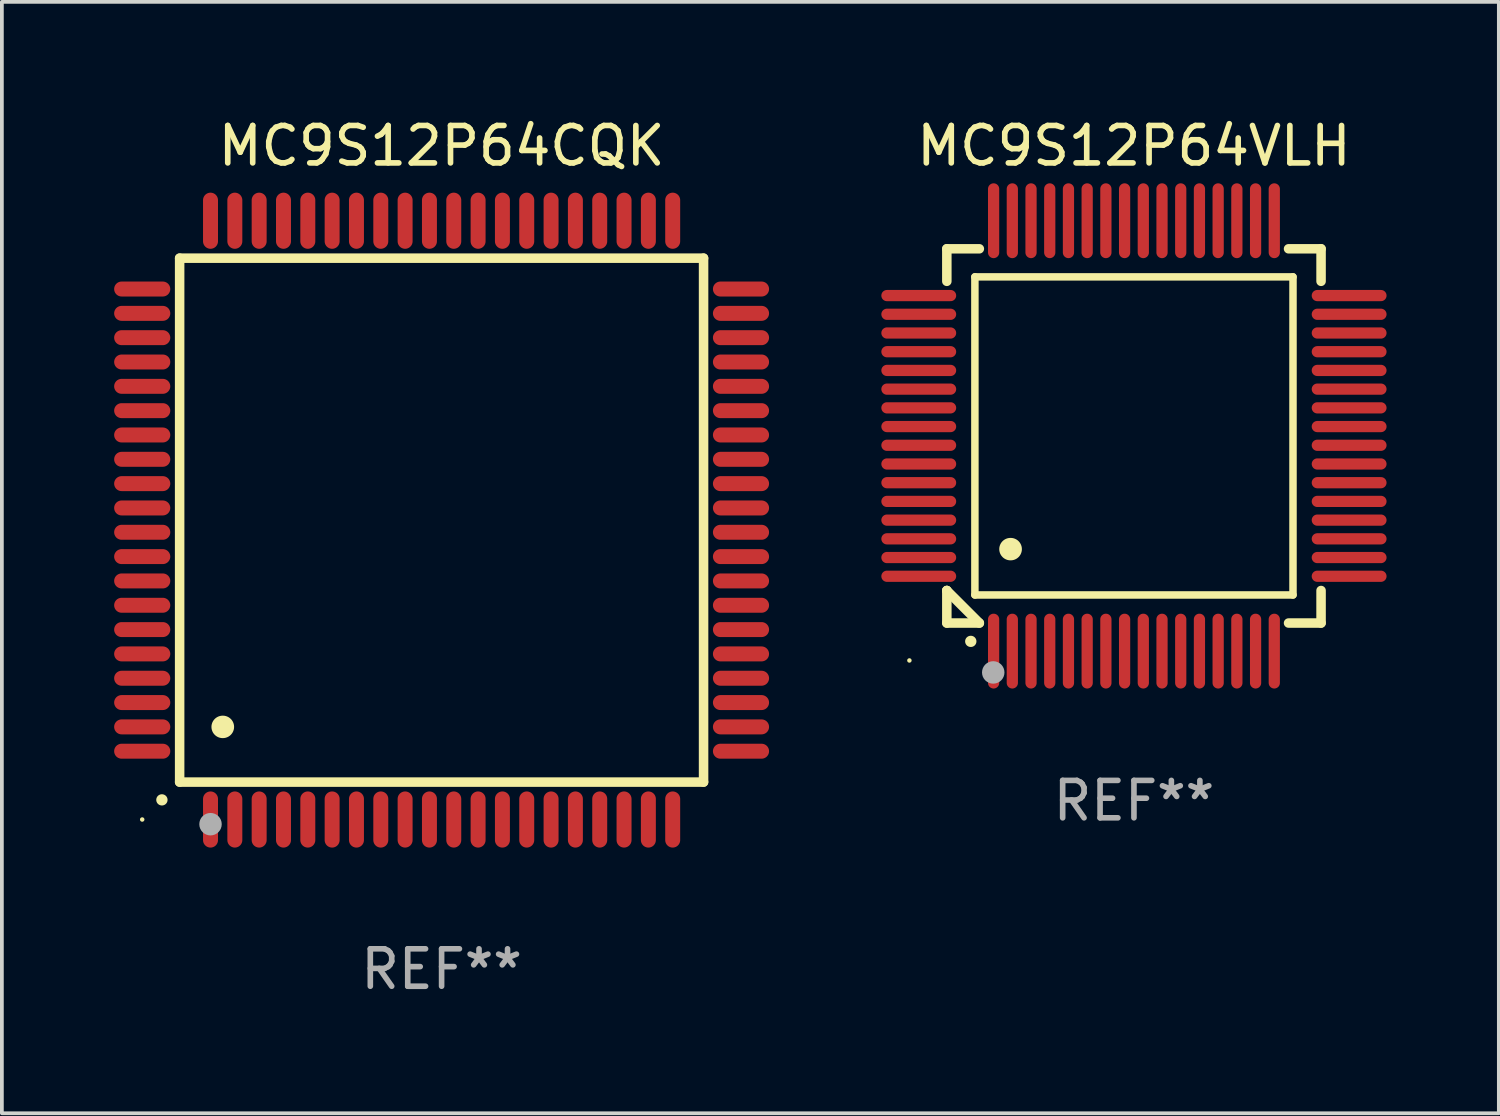
<source format=kicad_pcb>
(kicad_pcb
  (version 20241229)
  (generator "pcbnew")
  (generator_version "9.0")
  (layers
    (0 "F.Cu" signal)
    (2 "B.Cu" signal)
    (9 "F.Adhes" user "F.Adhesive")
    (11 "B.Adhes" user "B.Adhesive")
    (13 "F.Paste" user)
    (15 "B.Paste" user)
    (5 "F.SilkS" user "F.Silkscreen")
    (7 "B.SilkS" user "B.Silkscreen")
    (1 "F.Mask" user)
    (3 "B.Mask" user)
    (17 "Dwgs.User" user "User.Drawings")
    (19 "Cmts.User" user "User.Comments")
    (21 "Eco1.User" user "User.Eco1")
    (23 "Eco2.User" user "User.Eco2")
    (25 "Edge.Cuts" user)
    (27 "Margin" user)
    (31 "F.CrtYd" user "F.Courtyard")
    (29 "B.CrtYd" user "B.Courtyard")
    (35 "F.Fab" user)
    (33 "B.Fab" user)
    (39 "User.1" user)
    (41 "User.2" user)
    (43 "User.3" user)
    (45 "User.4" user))
  (footprint "MC9S12P64CQK"
    (layer "F.Cu")
    (at 8.75 10.848)
    (property "Reference" "MC9S12P64CQK" (at 0 -10 0) (layer "F.SilkS") (effects (font (size 1 1) (thickness 0.15))))
    (attr through_hole)
    (fp_line (start -7 -7) (end -7 7) (stroke (width 0.254) (type solid)) (layer "F.SilkS"))
    (fp_line (start -7 -7) (end 7 -7) (stroke (width 0.254) (type solid)) (layer "F.SilkS"))
    (fp_line (start -7 7) (end 7 7) (stroke (width 0.254) (type solid)) (layer "F.SilkS"))
    (fp_line (start 7 -7) (end 7 7) (stroke (width 0.254) (type solid)) (layer "F.SilkS"))
    (fp_arc (start -7.475006 7.475006) (mid -7.473736 7.475001) (end -7.472466 7.475006) (stroke (width 0.3) (type solid)) (layer "F.SilkS"))
    (fp_arc (start -5.850013 5.525019) (mid -5.847473 5.525008) (end -5.844933 5.525019) (stroke (width 0.6) (type solid)) (layer "F.SilkS"))
    (fp_circle (center -8 8) (end -7.97 8) (stroke (width 0.06) (type solid)) (fill no) (layer "F.SilkS"))
    (fp_circle (center -6.175 8.125) (end -6.025 8.125) (stroke (width 0.3) (type solid)) (fill no) (layer "F.Fab"))
    (fp_text user "REF**" (at 0 12 0) (layer "F.Fab") (effects (font (size 1 1) (thickness 0.15))))
    (pad "1" smd oval (at -6.175 8 180) (size 0.4 1.5) (layers "F.Cu" "F.Mask" "F.Paste"))
    (pad "2" smd oval (at -5.525 8 180) (size 0.4 1.5) (layers "F.Cu" "F.Mask" "F.Paste"))
    (pad "3" smd oval (at -4.875 8 180) (size 0.4 1.5) (layers "F.Cu" "F.Mask" "F.Paste"))
    (pad "4" smd oval (at -4.225 8 180) (size 0.4 1.5) (layers "F.Cu" "F.Mask" "F.Paste"))
    (pad "5" smd oval (at -3.575 8 180) (size 0.4 1.5) (layers "F.Cu" "F.Mask" "F.Paste"))
    (pad "6" smd oval (at -2.925 8 180) (size 0.4 1.5) (layers "F.Cu" "F.Mask" "F.Paste"))
    (pad "7" smd oval (at -2.275 8 180) (size 0.4 1.5) (layers "F.Cu" "F.Mask" "F.Paste"))
    (pad "8" smd oval (at -1.625 8 180) (size 0.4 1.5) (layers "F.Cu" "F.Mask" "F.Paste"))
    (pad "9" smd oval (at -0.975 8 180) (size 0.4 1.5) (layers "F.Cu" "F.Mask" "F.Paste"))
    (pad "10" smd oval (at -0.325 8 180) (size 0.4 1.5) (layers "F.Cu" "F.Mask" "F.Paste"))
    (pad "11" smd oval (at 0.325 8 180) (size 0.4 1.5) (layers "F.Cu" "F.Mask" "F.Paste"))
    (pad "12" smd oval (at 0.975 8 180) (size 0.4 1.5) (layers "F.Cu" "F.Mask" "F.Paste"))
    (pad "13" smd oval (at 1.625 8 180) (size 0.4 1.5) (layers "F.Cu" "F.Mask" "F.Paste"))
    (pad "14" smd oval (at 2.275 8 180) (size 0.4 1.5) (layers "F.Cu" "F.Mask" "F.Paste"))
    (pad "15" smd oval (at 2.925 8 180) (size 0.4 1.5) (layers "F.Cu" "F.Mask" "F.Paste"))
    (pad "16" smd oval (at 3.575 8 180) (size 0.4 1.5) (layers "F.Cu" "F.Mask" "F.Paste"))
    (pad "17" smd oval (at 4.225 8 180) (size 0.4 1.5) (layers "F.Cu" "F.Mask" "F.Paste"))
    (pad "18" smd oval (at 4.875 8 180) (size 0.4 1.5) (layers "F.Cu" "F.Mask" "F.Paste"))
    (pad "19" smd oval (at 5.525 8 180) (size 0.4 1.5) (layers "F.Cu" "F.Mask" "F.Paste"))
    (pad "20" smd oval (at 6.175 8) (size 0.4 1.5) (layers "F.Cu" "F.Mask" "F.Paste"))
    (pad "21" smd oval (at 8 6.175 270) (size 0.4 1.5) (layers "F.Cu" "F.Mask" "F.Paste"))
    (pad "22" smd oval (at 8 5.525 90) (size 0.4 1.5) (layers "F.Cu" "F.Mask" "F.Paste"))
    (pad "23" smd oval (at 8 4.875 90) (size 0.4 1.5) (layers "F.Cu" "F.Mask" "F.Paste"))
    (pad "24" smd oval (at 8 4.225 90) (size 0.4 1.5) (layers "F.Cu" "F.Mask" "F.Paste"))
    (pad "25" smd oval (at 8 3.575 90) (size 0.4 1.5) (layers "F.Cu" "F.Mask" "F.Paste"))
    (pad "26" smd oval (at 8 2.925 90) (size 0.4 1.5) (layers "F.Cu" "F.Mask" "F.Paste"))
    (pad "27" smd oval (at 8 2.275 90) (size 0.4 1.5) (layers "F.Cu" "F.Mask" "F.Paste"))
    (pad "28" smd oval (at 8 1.625 90) (size 0.4 1.5) (layers "F.Cu" "F.Mask" "F.Paste"))
    (pad "29" smd oval (at 8 0.975 90) (size 0.4 1.5) (layers "F.Cu" "F.Mask" "F.Paste"))
    (pad "30" smd oval (at 8 0.325 90) (size 0.4 1.5) (layers "F.Cu" "F.Mask" "F.Paste"))
    (pad "31" smd oval (at 8 -0.325 90) (size 0.4 1.5) (layers "F.Cu" "F.Mask" "F.Paste"))
    (pad "32" smd oval (at 8 -0.975 90) (size 0.4 1.5) (layers "F.Cu" "F.Mask" "F.Paste"))
    (pad "33" smd oval (at 8 -1.625 90) (size 0.4 1.5) (layers "F.Cu" "F.Mask" "F.Paste"))
    (pad "34" smd oval (at 8 -2.275 90) (size 0.4 1.5) (layers "F.Cu" "F.Mask" "F.Paste"))
    (pad "35" smd oval (at 8 -2.925 90) (size 0.4 1.5) (layers "F.Cu" "F.Mask" "F.Paste"))
    (pad "36" smd oval (at 8 -3.575 90) (size 0.4 1.5) (layers "F.Cu" "F.Mask" "F.Paste"))
    (pad "37" smd oval (at 8 -4.225 90) (size 0.4 1.5) (layers "F.Cu" "F.Mask" "F.Paste"))
    (pad "38" smd oval (at 8 -4.875 90) (size 0.4 1.5) (layers "F.Cu" "F.Mask" "F.Paste"))
    (pad "39" smd oval (at 8 -5.525 90) (size 0.4 1.5) (layers "F.Cu" "F.Mask" "F.Paste"))
    (pad "40" smd oval (at 8 -6.175 90) (size 0.4 1.5) (layers "F.Cu" "F.Mask" "F.Paste"))
    (pad "41" smd oval (at 6.175 -8) (size 0.4 1.5) (layers "F.Cu" "F.Mask" "F.Paste"))
    (pad "42" smd oval (at 5.525 -8 180) (size 0.4 1.5) (layers "F.Cu" "F.Mask" "F.Paste"))
    (pad "43" smd oval (at 4.875 -8 180) (size 0.4 1.5) (layers "F.Cu" "F.Mask" "F.Paste"))
    (pad "44" smd oval (at 4.225 -8 180) (size 0.4 1.5) (layers "F.Cu" "F.Mask" "F.Paste"))
    (pad "45" smd oval (at 3.575 -8 180) (size 0.4 1.5) (layers "F.Cu" "F.Mask" "F.Paste"))
    (pad "46" smd oval (at 2.925 -8 180) (size 0.4 1.5) (layers "F.Cu" "F.Mask" "F.Paste"))
    (pad "47" smd oval (at 2.275 -8 180) (size 0.4 1.5) (layers "F.Cu" "F.Mask" "F.Paste"))
    (pad "48" smd oval (at 1.625 -8 180) (size 0.4 1.5) (layers "F.Cu" "F.Mask" "F.Paste"))
    (pad "49" smd oval (at 0.975 -8 180) (size 0.4 1.5) (layers "F.Cu" "F.Mask" "F.Paste"))
    (pad "50" smd oval (at 0.325 -8 180) (size 0.4 1.5) (layers "F.Cu" "F.Mask" "F.Paste"))
    (pad "51" smd oval (at -0.325 -8 180) (size 0.4 1.5) (layers "F.Cu" "F.Mask" "F.Paste"))
    (pad "52" smd oval (at -0.975 -8 180) (size 0.4 1.5) (layers "F.Cu" "F.Mask" "F.Paste"))
    (pad "53" smd oval (at -1.625 -8 180) (size 0.4 1.5) (layers "F.Cu" "F.Mask" "F.Paste"))
    (pad "54" smd oval (at -2.275 -8 180) (size 0.4 1.5) (layers "F.Cu" "F.Mask" "F.Paste"))
    (pad "55" smd oval (at -2.925 -8 180) (size 0.4 1.5) (layers "F.Cu" "F.Mask" "F.Paste"))
    (pad "56" smd oval (at -3.575 -8 180) (size 0.4 1.5) (layers "F.Cu" "F.Mask" "F.Paste"))
    (pad "57" smd oval (at -4.225 -8 180) (size 0.4 1.5) (layers "F.Cu" "F.Mask" "F.Paste"))
    (pad "58" smd oval (at -4.875 -8 180) (size 0.4 1.5) (layers "F.Cu" "F.Mask" "F.Paste"))
    (pad "59" smd oval (at -5.525 -8 180) (size 0.4 1.5) (layers "F.Cu" "F.Mask" "F.Paste"))
    (pad "60" smd oval (at -6.175 -8 180) (size 0.4 1.5) (layers "F.Cu" "F.Mask" "F.Paste"))
    (pad "61" smd oval (at -8 -6.175 90) (size 0.4 1.5) (layers "F.Cu" "F.Mask" "F.Paste"))
    (pad "62" smd oval (at -8 -5.525 90) (size 0.4 1.5) (layers "F.Cu" "F.Mask" "F.Paste"))
    (pad "63" smd oval (at -8 -4.875 90) (size 0.4 1.5) (layers "F.Cu" "F.Mask" "F.Paste"))
    (pad "64" smd oval (at -8 -4.225 90) (size 0.4 1.5) (layers "F.Cu" "F.Mask" "F.Paste"))
    (pad "65" smd oval (at -8 -3.575 90) (size 0.4 1.5) (layers "F.Cu" "F.Mask" "F.Paste"))
    (pad "66" smd oval (at -8 -2.925 90) (size 0.4 1.5) (layers "F.Cu" "F.Mask" "F.Paste"))
    (pad "67" smd oval (at -8 -2.275 90) (size 0.4 1.5) (layers "F.Cu" "F.Mask" "F.Paste"))
    (pad "68" smd oval (at -8 -1.625 90) (size 0.4 1.5) (layers "F.Cu" "F.Mask" "F.Paste"))
    (pad "69" smd oval (at -8 -0.975 90) (size 0.4 1.5) (layers "F.Cu" "F.Mask" "F.Paste"))
    (pad "70" smd oval (at -8 -0.325 90) (size 0.4 1.5) (layers "F.Cu" "F.Mask" "F.Paste"))
    (pad "71" smd oval (at -8 0.325 90) (size 0.4 1.5) (layers "F.Cu" "F.Mask" "F.Paste"))
    (pad "72" smd oval (at -8 0.975 90) (size 0.4 1.5) (layers "F.Cu" "F.Mask" "F.Paste"))
    (pad "73" smd oval (at -8 1.625 90) (size 0.4 1.5) (layers "F.Cu" "F.Mask" "F.Paste"))
    (pad "74" smd oval (at -8 2.275 90) (size 0.4 1.5) (layers "F.Cu" "F.Mask" "F.Paste"))
    (pad "75" smd oval (at -8 2.925 90) (size 0.4 1.5) (layers "F.Cu" "F.Mask" "F.Paste"))
    (pad "76" smd oval (at -8 3.575 90) (size 0.4 1.5) (layers "F.Cu" "F.Mask" "F.Paste"))
    (pad "77" smd oval (at -8 4.225 90) (size 0.4 1.5) (layers "F.Cu" "F.Mask" "F.Paste"))
    (pad "78" smd oval (at -8 4.875 90) (size 0.4 1.5) (layers "F.Cu" "F.Mask" "F.Paste"))
    (pad "79" smd oval (at -8 5.525 90) (size 0.4 1.5) (layers "F.Cu" "F.Mask" "F.Paste"))
    (pad "80" smd oval (at -8 6.175 270) (size 0.4 1.5) (layers "F.Cu" "F.Mask" "F.Paste")))
  (footprint "MC9S12P64VLH"
    (layer "F.Cu")
    (at 27.25 8.598)
    (property "Reference" "MC9S12P64VLH" (at 0 -7.75 0) (layer "F.SilkS") (effects (font (size 1 1) (thickness 0.15))))
    (attr through_hole)
    (fp_line (start -5 -5) (end -4.131 -5) (stroke (width 0.254) (type solid)) (layer "F.SilkS"))
    (fp_line (start -5 -4.131) (end -5 -5) (stroke (width 0.254) (type solid)) (layer "F.SilkS"))
    (fp_line (start -5 4.131) (end -5 4.131) (stroke (width 0.254) (type solid)) (layer "F.SilkS"))
    (fp_line (start -5 5) (end -5 4.131) (stroke (width 0.254) (type solid)) (layer "F.SilkS"))
    (fp_line (start -5 4.131) (end -4.131 5) (stroke (width 0.254) (type solid)) (layer "F.SilkS"))
    (fp_line (start -4.25 -4.25) (end -4.25 4.25) (stroke (width 0.2) (type solid)) (layer "F.SilkS"))
    (fp_line (start -4.25 4.25) (end 4.25 4.25) (stroke (width 0.2) (type solid)) (layer "F.SilkS"))
    (fp_line (start -4.131 5) (end -5 5) (stroke (width 0.254) (type solid)) (layer "F.SilkS"))
    (fp_line (start 4.25 -4.25) (end -4.25 -4.25) (stroke (width 0.2) (type solid)) (layer "F.SilkS"))
    (fp_line (start 4.25 4.25) (end 4.25 -4.25) (stroke (width 0.2) (type solid)) (layer "F.SilkS"))
    (fp_line (start 5 -5) (end 4.131 -5) (stroke (width 0.254) (type solid)) (layer "F.SilkS"))
    (fp_line (start 5 -5) (end 5 -4.131) (stroke (width 0.254) (type solid)) (layer "F.SilkS"))
    (fp_line (start 5 4.131) (end 5 5) (stroke (width 0.254) (type solid)) (layer "F.SilkS"))
    (fp_line (start 5 5) (end 4.131 5) (stroke (width 0.254) (type solid)) (layer "F.SilkS"))
    (fp_arc (start -4.361265 5.489992) (mid -4.359995 5.489987) (end -4.358725 5.489992) (stroke (width 0.3) (type solid)) (layer "F.SilkS"))
    (fp_arc (start -3.299467 3.025146) (mid -3.296927 3.025135) (end -3.294387 3.025146) (stroke (width 0.6) (type solid)) (layer "F.SilkS"))
    (fp_circle (center -6 6) (end -5.97 6) (stroke (width 0.06) (type solid)) (fill no) (layer "F.SilkS"))
    (fp_circle (center -3.76 6.32) (end -3.61 6.32) (stroke (width 0.3) (type solid)) (fill no) (layer "F.Fab"))
    (fp_text user "REF**" (at 0 9.75 0) (layer "F.Fab") (effects (font (size 1 1) (thickness 0.15))))
    (pad "1" smd oval (at -3.75 5.75) (size 0.3 2) (layers "F.Cu" "F.Mask" "F.Paste"))
    (pad "2" smd oval (at -3.25 5.75) (size 0.3 2) (layers "F.Cu" "F.Mask" "F.Paste"))
    (pad "3" smd oval (at -2.75 5.75) (size 0.3 2) (layers "F.Cu" "F.Mask" "F.Paste"))
    (pad "4" smd oval (at -2.25 5.75) (size 0.3 2) (layers "F.Cu" "F.Mask" "F.Paste"))
    (pad "5" smd oval (at -1.75 5.75) (size 0.3 2) (layers "F.Cu" "F.Mask" "F.Paste"))
    (pad "6" smd oval (at -1.25 5.75) (size 0.3 2) (layers "F.Cu" "F.Mask" "F.Paste"))
    (pad "7" smd oval (at -0.75 5.75) (size 0.3 2) (layers "F.Cu" "F.Mask" "F.Paste"))
    (pad "8" smd oval (at -0.25 5.75) (size 0.3 2) (layers "F.Cu" "F.Mask" "F.Paste"))
    (pad "9" smd oval (at 0.25 5.75) (size 0.3 2) (layers "F.Cu" "F.Mask" "F.Paste"))
    (pad "10" smd oval (at 0.75 5.75) (size 0.3 2) (layers "F.Cu" "F.Mask" "F.Paste"))
    (pad "11" smd oval (at 1.25 5.75) (size 0.3 2) (layers "F.Cu" "F.Mask" "F.Paste"))
    (pad "12" smd oval (at 1.75 5.75) (size 0.3 2) (layers "F.Cu" "F.Mask" "F.Paste"))
    (pad "13" smd oval (at 2.25 5.75) (size 0.3 2) (layers "F.Cu" "F.Mask" "F.Paste"))
    (pad "14" smd oval (at 2.75 5.75) (size 0.3 2) (layers "F.Cu" "F.Mask" "F.Paste"))
    (pad "15" smd oval (at 3.25 5.75) (size 0.3 2) (layers "F.Cu" "F.Mask" "F.Paste"))
    (pad "16" smd oval (at 3.75 5.75) (size 0.3 2) (layers "F.Cu" "F.Mask" "F.Paste"))
    (pad "17" smd oval (at 5.75 3.75) (size 2 0.3) (layers "F.Cu" "F.Mask" "F.Paste"))
    (pad "18" smd oval (at 5.75 3.25) (size 2 0.3) (layers "F.Cu" "F.Mask" "F.Paste"))
    (pad "19" smd oval (at 5.75 2.75) (size 2 0.3) (layers "F.Cu" "F.Mask" "F.Paste"))
    (pad "20" smd oval (at 5.75 2.25) (size 2 0.3) (layers "F.Cu" "F.Mask" "F.Paste"))
    (pad "21" smd oval (at 5.75 1.75) (size 2 0.3) (layers "F.Cu" "F.Mask" "F.Paste"))
    (pad "22" smd oval (at 5.75 1.25) (size 2 0.3) (layers "F.Cu" "F.Mask" "F.Paste"))
    (pad "23" smd oval (at 5.75 0.75) (size 2 0.3) (layers "F.Cu" "F.Mask" "F.Paste"))
    (pad "24" smd oval (at 5.75 0.25) (size 2 0.3) (layers "F.Cu" "F.Mask" "F.Paste"))
    (pad "25" smd oval (at 5.75 -0.25) (size 2 0.3) (layers "F.Cu" "F.Mask" "F.Paste"))
    (pad "26" smd oval (at 5.75 -0.75) (size 2 0.3) (layers "F.Cu" "F.Mask" "F.Paste"))
    (pad "27" smd oval (at 5.75 -1.25) (size 2 0.3) (layers "F.Cu" "F.Mask" "F.Paste"))
    (pad "28" smd oval (at 5.75 -1.75) (size 2 0.3) (layers "F.Cu" "F.Mask" "F.Paste"))
    (pad "29" smd oval (at 5.75 -2.25) (size 2 0.3) (layers "F.Cu" "F.Mask" "F.Paste"))
    (pad "30" smd oval (at 5.75 -2.75) (size 2 0.3) (layers "F.Cu" "F.Mask" "F.Paste"))
    (pad "31" smd oval (at 5.75 -3.25) (size 2 0.3) (layers "F.Cu" "F.Mask" "F.Paste"))
    (pad "32" smd oval (at 5.75 -3.75) (size 2 0.3) (layers "F.Cu" "F.Mask" "F.Paste"))
    (pad "33" smd oval (at 3.75 -5.75) (size 0.3 2) (layers "F.Cu" "F.Mask" "F.Paste"))
    (pad "34" smd oval (at 3.25 -5.75) (size 0.3 2) (layers "F.Cu" "F.Mask" "F.Paste"))
    (pad "35" smd oval (at 2.75 -5.75) (size 0.3 2) (layers "F.Cu" "F.Mask" "F.Paste"))
    (pad "36" smd oval (at 2.25 -5.75) (size 0.3 2) (layers "F.Cu" "F.Mask" "F.Paste"))
    (pad "37" smd oval (at 1.75 -5.75) (size 0.3 2) (layers "F.Cu" "F.Mask" "F.Paste"))
    (pad "38" smd oval (at 1.25 -5.75) (size 0.3 2) (layers "F.Cu" "F.Mask" "F.Paste"))
    (pad "39" smd oval (at 0.75 -5.75) (size 0.3 2) (layers "F.Cu" "F.Mask" "F.Paste"))
    (pad "40" smd oval (at 0.25 -5.75) (size 0.3 2) (layers "F.Cu" "F.Mask" "F.Paste"))
    (pad "41" smd oval (at -0.25 -5.75) (size 0.3 2) (layers "F.Cu" "F.Mask" "F.Paste"))
    (pad "42" smd oval (at -0.75 -5.75) (size 0.3 2) (layers "F.Cu" "F.Mask" "F.Paste"))
    (pad "43" smd oval (at -1.25 -5.75) (size 0.3 2) (layers "F.Cu" "F.Mask" "F.Paste"))
    (pad "44" smd oval (at -1.75 -5.75) (size 0.3 2) (layers "F.Cu" "F.Mask" "F.Paste"))
    (pad "45" smd oval (at -2.25 -5.75) (size 0.3 2) (layers "F.Cu" "F.Mask" "F.Paste"))
    (pad "46" smd oval (at -2.75 -5.75) (size 0.3 2) (layers "F.Cu" "F.Mask" "F.Paste"))
    (pad "47" smd oval (at -3.25 -5.75) (size 0.3 2) (layers "F.Cu" "F.Mask" "F.Paste"))
    (pad "48" smd oval (at -3.75 -5.75) (size 0.3 2) (layers "F.Cu" "F.Mask" "F.Paste"))
    (pad "49" smd oval (at -5.75 -3.75) (size 2 0.3) (layers "F.Cu" "F.Mask" "F.Paste"))
    (pad "50" smd oval (at -5.75 -3.25) (size 2 0.3) (layers "F.Cu" "F.Mask" "F.Paste"))
    (pad "51" smd oval (at -5.75 -2.75) (size 2 0.3) (layers "F.Cu" "F.Mask" "F.Paste"))
    (pad "52" smd oval (at -5.75 -2.25) (size 2 0.3) (layers "F.Cu" "F.Mask" "F.Paste"))
    (pad "53" smd oval (at -5.75 -1.75) (size 2 0.3) (layers "F.Cu" "F.Mask" "F.Paste"))
    (pad "54" smd oval (at -5.75 -1.25) (size 2 0.3) (layers "F.Cu" "F.Mask" "F.Paste"))
    (pad "55" smd oval (at -5.75 -0.75) (size 2 0.3) (layers "F.Cu" "F.Mask" "F.Paste"))
    (pad "56" smd oval (at -5.75 -0.25) (size 2 0.3) (layers "F.Cu" "F.Mask" "F.Paste"))
    (pad "57" smd oval (at -5.75 0.25) (size 2 0.3) (layers "F.Cu" "F.Mask" "F.Paste"))
    (pad "58" smd oval (at -5.75 0.75) (size 2 0.3) (layers "F.Cu" "F.Mask" "F.Paste"))
    (pad "59" smd oval (at -5.75 1.25) (size 2 0.3) (layers "F.Cu" "F.Mask" "F.Paste"))
    (pad "60" smd oval (at -5.75 1.75) (size 2 0.3) (layers "F.Cu" "F.Mask" "F.Paste"))
    (pad "61" smd oval (at -5.75 2.25) (size 2 0.3) (layers "F.Cu" "F.Mask" "F.Paste"))
    (pad "62" smd oval (at -5.75 2.75) (size 2 0.3) (layers "F.Cu" "F.Mask" "F.Paste"))
    (pad "63" smd oval (at -5.75 3.25) (size 2 0.3) (layers "F.Cu" "F.Mask" "F.Paste"))
    (pad "64" smd oval (at -5.75 3.75) (size 2 0.3) (layers "F.Cu" "F.Mask" "F.Paste")))
  (gr_rect
    (start -3 -3)
    (end 37 26.697)
    (stroke (width 0.1) (type default))
    (fill no)
    (layer "Edge.Cuts")))
</source>
